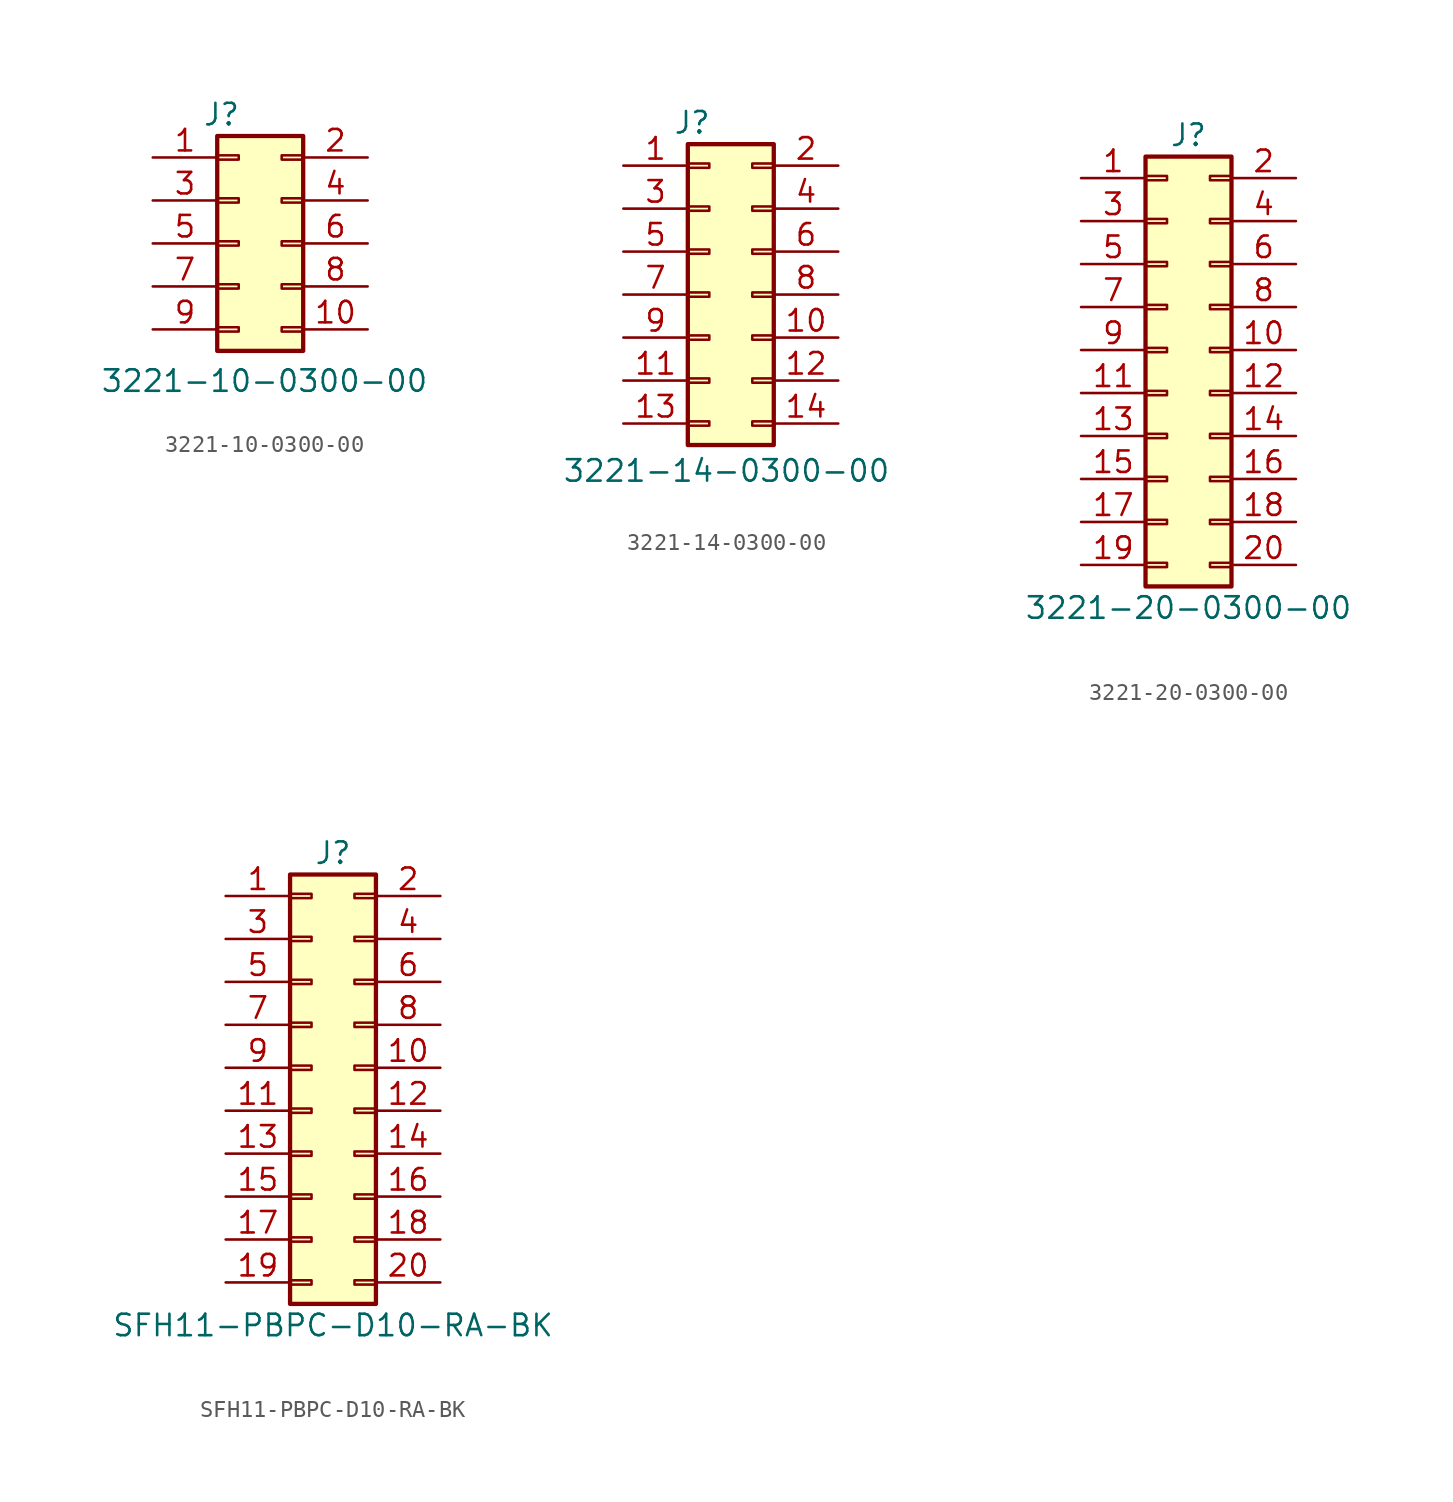
<source format=kicad_sym>
(kicad_symbol_lib
  (version 20231120)
  (generator "kicad_symbol_editor")
  (generator_version "8.0")
  (symbol "3221-10-0300-00"
    (pin_names
      (offset 1.016) hide)
    (property "Reference" "J"
      (at -2.286 7.62 0)
      (effects (font (size 1.27 1.27))))
    (property "Value" "3221-10-0300-00"
      (at 0.254 -8.128 0)
      (effects (font (size 1.27 1.27))))
    (symbol "3221-10-0300-00_1_1"
      (rectangle (start -2.54 -4.953) (end -1.27 -5.207) (stroke (width 0.152) (type default)) (fill (type none)))
      (rectangle (start -2.54 -2.413) (end -1.27 -2.667) (stroke (width 0.152) (type default)) (fill (type none)))
      (rectangle (start -2.54 0.127) (end -1.27 -0.127) (stroke (width 0.152) (type default)) (fill (type none)))
      (rectangle (start -2.54 2.667) (end -1.27 2.413) (stroke (width 0.152) (type default)) (fill (type none)))
      (rectangle (start -2.54 5.207) (end -1.27 4.953) (stroke (width 0.152) (type default)) (fill (type none)))
      (rectangle (start -2.54 6.35) (end 2.54 -6.35) (stroke (width 0.254) (type default)) (fill (type background)))
      (rectangle (start 2.54 -4.953) (end 1.27 -5.207) (stroke (width 0.152) (type default)) (fill (type none)))
      (rectangle (start 2.54 -2.413) (end 1.27 -2.667) (stroke (width 0.152) (type default)) (fill (type none)))
      (rectangle (start 2.54 0.127) (end 1.27 -0.127) (stroke (width 0.152) (type default)) (fill (type none)))
      (rectangle (start 2.54 2.667) (end 1.27 2.413) (stroke (width 0.152) (type default)) (fill (type none)))
      (rectangle (start 2.54 5.207) (end 1.27 4.953) (stroke (width 0.152) (type default)) (fill (type none)))
      (pin passive line (at -6.35 5.08 0) (length 3.81) (name "Pin_1" (effects (font (size 1.27 1.27)))) (number "1" (effects (font (size 1.27 1.27)))))
      (pin passive line (at 6.35 -5.08 180) (length 3.81) (name "Pin_10" (effects (font (size 1.27 1.27)))) (number "10" (effects (font (size 1.27 1.27)))))
      (pin passive line (at 6.35 5.08 180) (length 3.81) (name "Pin_2" (effects (font (size 1.27 1.27)))) (number "2" (effects (font (size 1.27 1.27)))))
      (pin passive line (at -6.35 2.54 0) (length 3.81) (name "Pin_3" (effects (font (size 1.27 1.27)))) (number "3" (effects (font (size 1.27 1.27)))))
      (pin passive line (at 6.35 2.54 180) (length 3.81) (name "Pin_4" (effects (font (size 1.27 1.27)))) (number "4" (effects (font (size 1.27 1.27)))))
      (pin passive line (at -6.35 0 0) (length 3.81) (name "Pin_5" (effects (font (size 1.27 1.27)))) (number "5" (effects (font (size 1.27 1.27)))))
      (pin passive line (at 6.35 0 180) (length 3.81) (name "Pin_6" (effects (font (size 1.27 1.27)))) (number "6" (effects (font (size 1.27 1.27)))))
      (pin passive line (at -6.35 -2.54 0) (length 3.81) (name "Pin_7" (effects (font (size 1.27 1.27)))) (number "7" (effects (font (size 1.27 1.27)))))
      (pin passive line (at 6.35 -2.54 180) (length 3.81) (name "Pin_8" (effects (font (size 1.27 1.27)))) (number "8" (effects (font (size 1.27 1.27)))))
      (pin passive line (at -6.35 -5.08 0) (length 3.81) (name "Pin_9" (effects (font (size 1.27 1.27)))) (number "9" (effects (font (size 1.27 1.27)))))))
  (symbol "3221-14-0300-00"
    (pin_names
      (offset 1.016) hide)
    (property "Reference" "J"
      (at -2.286 10.16 0)
      (effects (font (size 1.27 1.27))))
    (property "Value" "3221-14-0300-00"
      (at -0.254 -10.414 0)
      (effects (font (size 1.27 1.27))))
    (symbol "3221-14-0300-00_1_1"
      (rectangle (start -2.54 -7.493) (end -1.27 -7.747) (stroke (width 0.152) (type default)) (fill (type none)))
      (rectangle (start -2.54 -4.953) (end -1.27 -5.207) (stroke (width 0.152) (type default)) (fill (type none)))
      (rectangle (start -2.54 -2.413) (end -1.27 -2.667) (stroke (width 0.152) (type default)) (fill (type none)))
      (rectangle (start -2.54 0.127) (end -1.27 -0.127) (stroke (width 0.152) (type default)) (fill (type none)))
      (rectangle (start -2.54 2.667) (end -1.27 2.413) (stroke (width 0.152) (type default)) (fill (type none)))
      (rectangle (start -2.54 5.207) (end -1.27 4.953) (stroke (width 0.152) (type default)) (fill (type none)))
      (rectangle (start -2.54 7.747) (end -1.27 7.493) (stroke (width 0.152) (type default)) (fill (type none)))
      (rectangle (start -2.54 8.89) (end 2.54 -8.89) (stroke (width 0.254) (type default)) (fill (type background)))
      (rectangle (start 2.54 -7.493) (end 1.27 -7.747) (stroke (width 0.152) (type default)) (fill (type none)))
      (rectangle (start 2.54 -4.953) (end 1.27 -5.207) (stroke (width 0.152) (type default)) (fill (type none)))
      (rectangle (start 2.54 -2.413) (end 1.27 -2.667) (stroke (width 0.152) (type default)) (fill (type none)))
      (rectangle (start 2.54 0.127) (end 1.27 -0.127) (stroke (width 0.152) (type default)) (fill (type none)))
      (rectangle (start 2.54 2.667) (end 1.27 2.413) (stroke (width 0.152) (type default)) (fill (type none)))
      (rectangle (start 2.54 5.207) (end 1.27 4.953) (stroke (width 0.152) (type default)) (fill (type none)))
      (rectangle (start 2.54 7.747) (end 1.27 7.493) (stroke (width 0.152) (type default)) (fill (type none)))
      (pin passive line (at -6.35 7.62 0) (length 3.81) (name "Pin_1" (effects (font (size 1.27 1.27)))) (number "1" (effects (font (size 1.27 1.27)))))
      (pin passive line (at 6.35 -2.54 180) (length 3.81) (name "Pin_10" (effects (font (size 1.27 1.27)))) (number "10" (effects (font (size 1.27 1.27)))))
      (pin passive line (at -6.35 -5.08 0) (length 3.81) (name "Pin_11" (effects (font (size 1.27 1.27)))) (number "11" (effects (font (size 1.27 1.27)))))
      (pin passive line (at 6.35 -5.08 180) (length 3.81) (name "Pin_12" (effects (font (size 1.27 1.27)))) (number "12" (effects (font (size 1.27 1.27)))))
      (pin passive line (at -6.35 -7.62 0) (length 3.81) (name "Pin_13" (effects (font (size 1.27 1.27)))) (number "13" (effects (font (size 1.27 1.27)))))
      (pin passive line (at 6.35 -7.62 180) (length 3.81) (name "Pin_14" (effects (font (size 1.27 1.27)))) (number "14" (effects (font (size 1.27 1.27)))))
      (pin passive line (at 6.35 7.62 180) (length 3.81) (name "Pin_2" (effects (font (size 1.27 1.27)))) (number "2" (effects (font (size 1.27 1.27)))))
      (pin passive line (at -6.35 5.08 0) (length 3.81) (name "Pin_3" (effects (font (size 1.27 1.27)))) (number "3" (effects (font (size 1.27 1.27)))))
      (pin passive line (at 6.35 5.08 180) (length 3.81) (name "Pin_4" (effects (font (size 1.27 1.27)))) (number "4" (effects (font (size 1.27 1.27)))))
      (pin passive line (at -6.35 2.54 0) (length 3.81) (name "Pin_5" (effects (font (size 1.27 1.27)))) (number "5" (effects (font (size 1.27 1.27)))))
      (pin passive line (at 6.35 2.54 180) (length 3.81) (name "Pin_6" (effects (font (size 1.27 1.27)))) (number "6" (effects (font (size 1.27 1.27)))))
      (pin passive line (at -6.35 0 0) (length 3.81) (name "Pin_7" (effects (font (size 1.27 1.27)))) (number "7" (effects (font (size 1.27 1.27)))))
      (pin passive line (at 6.35 0 180) (length 3.81) (name "Pin_8" (effects (font (size 1.27 1.27)))) (number "8" (effects (font (size 1.27 1.27)))))
      (pin passive line (at -6.35 -2.54 0) (length 3.81) (name "Pin_9" (effects (font (size 1.27 1.27)))) (number "9" (effects (font (size 1.27 1.27)))))))
  (symbol "3221-20-0300-00"
    (pin_names
      (offset 1.016) hide)
    (property "Reference" "J"
      (at 1.27 12.7 0)
      (effects (font (size 1.27 1.27))))
    (property "Value" "3221-20-0300-00"
      (at 1.27 -15.24 0)
      (effects (font (size 1.27 1.27))))
    (symbol "3221-20-0300-00_1_1"
      (rectangle (start -1.27 -12.573) (end 0 -12.827) (stroke (width 0.152) (type default)) (fill (type none)))
      (rectangle (start -1.27 -10.033) (end 0 -10.287) (stroke (width 0.152) (type default)) (fill (type none)))
      (rectangle (start -1.27 -7.493) (end 0 -7.747) (stroke (width 0.152) (type default)) (fill (type none)))
      (rectangle (start -1.27 -4.953) (end 0 -5.207) (stroke (width 0.152) (type default)) (fill (type none)))
      (rectangle (start -1.27 -2.413) (end 0 -2.667) (stroke (width 0.152) (type default)) (fill (type none)))
      (rectangle (start -1.27 0.127) (end 0 -0.127) (stroke (width 0.152) (type default)) (fill (type none)))
      (rectangle (start -1.27 2.667) (end 0 2.413) (stroke (width 0.152) (type default)) (fill (type none)))
      (rectangle (start -1.27 5.207) (end 0 4.953) (stroke (width 0.152) (type default)) (fill (type none)))
      (rectangle (start -1.27 7.747) (end 0 7.493) (stroke (width 0.152) (type default)) (fill (type none)))
      (rectangle (start -1.27 10.287) (end 0 10.033) (stroke (width 0.152) (type default)) (fill (type none)))
      (rectangle (start -1.27 11.43) (end 3.81 -13.97) (stroke (width 0.254) (type default)) (fill (type background)))
      (rectangle (start 3.81 -12.573) (end 2.54 -12.827) (stroke (width 0.152) (type default)) (fill (type none)))
      (rectangle (start 3.81 -10.033) (end 2.54 -10.287) (stroke (width 0.152) (type default)) (fill (type none)))
      (rectangle (start 3.81 -7.493) (end 2.54 -7.747) (stroke (width 0.152) (type default)) (fill (type none)))
      (rectangle (start 3.81 -4.953) (end 2.54 -5.207) (stroke (width 0.152) (type default)) (fill (type none)))
      (rectangle (start 3.81 -2.413) (end 2.54 -2.667) (stroke (width 0.152) (type default)) (fill (type none)))
      (rectangle (start 3.81 0.127) (end 2.54 -0.127) (stroke (width 0.152) (type default)) (fill (type none)))
      (rectangle (start 3.81 2.667) (end 2.54 2.413) (stroke (width 0.152) (type default)) (fill (type none)))
      (rectangle (start 3.81 5.207) (end 2.54 4.953) (stroke (width 0.152) (type default)) (fill (type none)))
      (rectangle (start 3.81 7.747) (end 2.54 7.493) (stroke (width 0.152) (type default)) (fill (type none)))
      (rectangle (start 3.81 10.287) (end 2.54 10.033) (stroke (width 0.152) (type default)) (fill (type none)))
      (pin passive line (at -5.08 10.16 0) (length 3.81) (name "Pin_1" (effects (font (size 1.27 1.27)))) (number "1" (effects (font (size 1.27 1.27)))))
      (pin passive line (at 7.62 0 180) (length 3.81) (name "Pin_10" (effects (font (size 1.27 1.27)))) (number "10" (effects (font (size 1.27 1.27)))))
      (pin passive line (at -5.08 -2.54 0) (length 3.81) (name "Pin_11" (effects (font (size 1.27 1.27)))) (number "11" (effects (font (size 1.27 1.27)))))
      (pin passive line (at 7.62 -2.54 180) (length 3.81) (name "Pin_12" (effects (font (size 1.27 1.27)))) (number "12" (effects (font (size 1.27 1.27)))))
      (pin passive line (at -5.08 -5.08 0) (length 3.81) (name "Pin_13" (effects (font (size 1.27 1.27)))) (number "13" (effects (font (size 1.27 1.27)))))
      (pin passive line (at 7.62 -5.08 180) (length 3.81) (name "Pin_14" (effects (font (size 1.27 1.27)))) (number "14" (effects (font (size 1.27 1.27)))))
      (pin passive line (at -5.08 -7.62 0) (length 3.81) (name "Pin_15" (effects (font (size 1.27 1.27)))) (number "15" (effects (font (size 1.27 1.27)))))
      (pin passive line (at 7.62 -7.62 180) (length 3.81) (name "Pin_16" (effects (font (size 1.27 1.27)))) (number "16" (effects (font (size 1.27 1.27)))))
      (pin passive line (at -5.08 -10.16 0) (length 3.81) (name "Pin_17" (effects (font (size 1.27 1.27)))) (number "17" (effects (font (size 1.27 1.27)))))
      (pin passive line (at 7.62 -10.16 180) (length 3.81) (name "Pin_18" (effects (font (size 1.27 1.27)))) (number "18" (effects (font (size 1.27 1.27)))))
      (pin passive line (at -5.08 -12.7 0) (length 3.81) (name "Pin_19" (effects (font (size 1.27 1.27)))) (number "19" (effects (font (size 1.27 1.27)))))
      (pin passive line (at 7.62 10.16 180) (length 3.81) (name "Pin_2" (effects (font (size 1.27 1.27)))) (number "2" (effects (font (size 1.27 1.27)))))
      (pin passive line (at 7.62 -12.7 180) (length 3.81) (name "Pin_20" (effects (font (size 1.27 1.27)))) (number "20" (effects (font (size 1.27 1.27)))))
      (pin passive line (at -5.08 7.62 0) (length 3.81) (name "Pin_3" (effects (font (size 1.27 1.27)))) (number "3" (effects (font (size 1.27 1.27)))))
      (pin passive line (at 7.62 7.62 180) (length 3.81) (name "Pin_4" (effects (font (size 1.27 1.27)))) (number "4" (effects (font (size 1.27 1.27)))))
      (pin passive line (at -5.08 5.08 0) (length 3.81) (name "Pin_5" (effects (font (size 1.27 1.27)))) (number "5" (effects (font (size 1.27 1.27)))))
      (pin passive line (at 7.62 5.08 180) (length 3.81) (name "Pin_6" (effects (font (size 1.27 1.27)))) (number "6" (effects (font (size 1.27 1.27)))))
      (pin passive line (at -5.08 2.54 0) (length 3.81) (name "Pin_7" (effects (font (size 1.27 1.27)))) (number "7" (effects (font (size 1.27 1.27)))))
      (pin passive line (at 7.62 2.54 180) (length 3.81) (name "Pin_8" (effects (font (size 1.27 1.27)))) (number "8" (effects (font (size 1.27 1.27)))))
      (pin passive line (at -5.08 0 0) (length 3.81) (name "Pin_9" (effects (font (size 1.27 1.27)))) (number "9" (effects (font (size 1.27 1.27)))))))
  (symbol "SFH11-PBPC-D10-RA-BK"
    (pin_names
      (offset 1.016) hide)
    (property "Reference" "J"
      (at 1.27 12.7 0)
      (effects (font (size 1.27 1.27))))
    (property "Value" "SFH11-PBPC-D10-RA-BK"
      (at 1.27 -15.24 0)
      (effects (font (size 1.27 1.27))))
    (symbol "SFH11-PBPC-D10-RA-BK_1_1"
      (rectangle (start -1.27 -12.573) (end 0 -12.827) (stroke (width 0.152) (type default)) (fill (type none)))
      (rectangle (start -1.27 -10.033) (end 0 -10.287) (stroke (width 0.152) (type default)) (fill (type none)))
      (rectangle (start -1.27 -7.493) (end 0 -7.747) (stroke (width 0.152) (type default)) (fill (type none)))
      (rectangle (start -1.27 -4.953) (end 0 -5.207) (stroke (width 0.152) (type default)) (fill (type none)))
      (rectangle (start -1.27 -2.413) (end 0 -2.667) (stroke (width 0.152) (type default)) (fill (type none)))
      (rectangle (start -1.27 0.127) (end 0 -0.127) (stroke (width 0.152) (type default)) (fill (type none)))
      (rectangle (start -1.27 2.667) (end 0 2.413) (stroke (width 0.152) (type default)) (fill (type none)))
      (rectangle (start -1.27 5.207) (end 0 4.953) (stroke (width 0.152) (type default)) (fill (type none)))
      (rectangle (start -1.27 7.747) (end 0 7.493) (stroke (width 0.152) (type default)) (fill (type none)))
      (rectangle (start -1.27 10.287) (end 0 10.033) (stroke (width 0.152) (type default)) (fill (type none)))
      (rectangle (start -1.27 11.43) (end 3.81 -13.97) (stroke (width 0.254) (type default)) (fill (type background)))
      (rectangle (start 3.81 -12.573) (end 2.54 -12.827) (stroke (width 0.152) (type default)) (fill (type none)))
      (rectangle (start 3.81 -10.033) (end 2.54 -10.287) (stroke (width 0.152) (type default)) (fill (type none)))
      (rectangle (start 3.81 -7.493) (end 2.54 -7.747) (stroke (width 0.152) (type default)) (fill (type none)))
      (rectangle (start 3.81 -4.953) (end 2.54 -5.207) (stroke (width 0.152) (type default)) (fill (type none)))
      (rectangle (start 3.81 -2.413) (end 2.54 -2.667) (stroke (width 0.152) (type default)) (fill (type none)))
      (rectangle (start 3.81 0.127) (end 2.54 -0.127) (stroke (width 0.152) (type default)) (fill (type none)))
      (rectangle (start 3.81 2.667) (end 2.54 2.413) (stroke (width 0.152) (type default)) (fill (type none)))
      (rectangle (start 3.81 5.207) (end 2.54 4.953) (stroke (width 0.152) (type default)) (fill (type none)))
      (rectangle (start 3.81 7.747) (end 2.54 7.493) (stroke (width 0.152) (type default)) (fill (type none)))
      (rectangle (start 3.81 10.287) (end 2.54 10.033) (stroke (width 0.152) (type default)) (fill (type none)))
      (pin passive line (at -5.08 10.16 0) (length 3.81) (name "Pin_1" (effects (font (size 1.27 1.27)))) (number "1" (effects (font (size 1.27 1.27)))))
      (pin passive line (at 7.62 0 180) (length 3.81) (name "Pin_10" (effects (font (size 1.27 1.27)))) (number "10" (effects (font (size 1.27 1.27)))))
      (pin passive line (at -5.08 -2.54 0) (length 3.81) (name "Pin_11" (effects (font (size 1.27 1.27)))) (number "11" (effects (font (size 1.27 1.27)))))
      (pin passive line (at 7.62 -2.54 180) (length 3.81) (name "Pin_12" (effects (font (size 1.27 1.27)))) (number "12" (effects (font (size 1.27 1.27)))))
      (pin passive line (at -5.08 -5.08 0) (length 3.81) (name "Pin_13" (effects (font (size 1.27 1.27)))) (number "13" (effects (font (size 1.27 1.27)))))
      (pin passive line (at 7.62 -5.08 180) (length 3.81) (name "Pin_14" (effects (font (size 1.27 1.27)))) (number "14" (effects (font (size 1.27 1.27)))))
      (pin passive line (at -5.08 -7.62 0) (length 3.81) (name "Pin_15" (effects (font (size 1.27 1.27)))) (number "15" (effects (font (size 1.27 1.27)))))
      (pin passive line (at 7.62 -7.62 180) (length 3.81) (name "Pin_16" (effects (font (size 1.27 1.27)))) (number "16" (effects (font (size 1.27 1.27)))))
      (pin passive line (at -5.08 -10.16 0) (length 3.81) (name "Pin_17" (effects (font (size 1.27 1.27)))) (number "17" (effects (font (size 1.27 1.27)))))
      (pin passive line (at 7.62 -10.16 180) (length 3.81) (name "Pin_18" (effects (font (size 1.27 1.27)))) (number "18" (effects (font (size 1.27 1.27)))))
      (pin passive line (at -5.08 -12.7 0) (length 3.81) (name "Pin_19" (effects (font (size 1.27 1.27)))) (number "19" (effects (font (size 1.27 1.27)))))
      (pin passive line (at 7.62 10.16 180) (length 3.81) (name "Pin_2" (effects (font (size 1.27 1.27)))) (number "2" (effects (font (size 1.27 1.27)))))
      (pin passive line (at 7.62 -12.7 180) (length 3.81) (name "Pin_20" (effects (font (size 1.27 1.27)))) (number "20" (effects (font (size 1.27 1.27)))))
      (pin passive line (at -5.08 7.62 0) (length 3.81) (name "Pin_3" (effects (font (size 1.27 1.27)))) (number "3" (effects (font (size 1.27 1.27)))))
      (pin passive line (at 7.62 7.62 180) (length 3.81) (name "Pin_4" (effects (font (size 1.27 1.27)))) (number "4" (effects (font (size 1.27 1.27)))))
      (pin passive line (at -5.08 5.08 0) (length 3.81) (name "Pin_5" (effects (font (size 1.27 1.27)))) (number "5" (effects (font (size 1.27 1.27)))))
      (pin passive line (at 7.62 5.08 180) (length 3.81) (name "Pin_6" (effects (font (size 1.27 1.27)))) (number "6" (effects (font (size 1.27 1.27)))))
      (pin passive line (at -5.08 2.54 0) (length 3.81) (name "Pin_7" (effects (font (size 1.27 1.27)))) (number "7" (effects (font (size 1.27 1.27)))))
      (pin passive line (at 7.62 2.54 180) (length 3.81) (name "Pin_8" (effects (font (size 1.27 1.27)))) (number "8" (effects (font (size 1.27 1.27)))))
      (pin passive line (at -5.08 0 0) (length 3.81) (name "Pin_9" (effects (font (size 1.27 1.27)))) (number "9" (effects (font (size 1.27 1.27))))))))
</source>
